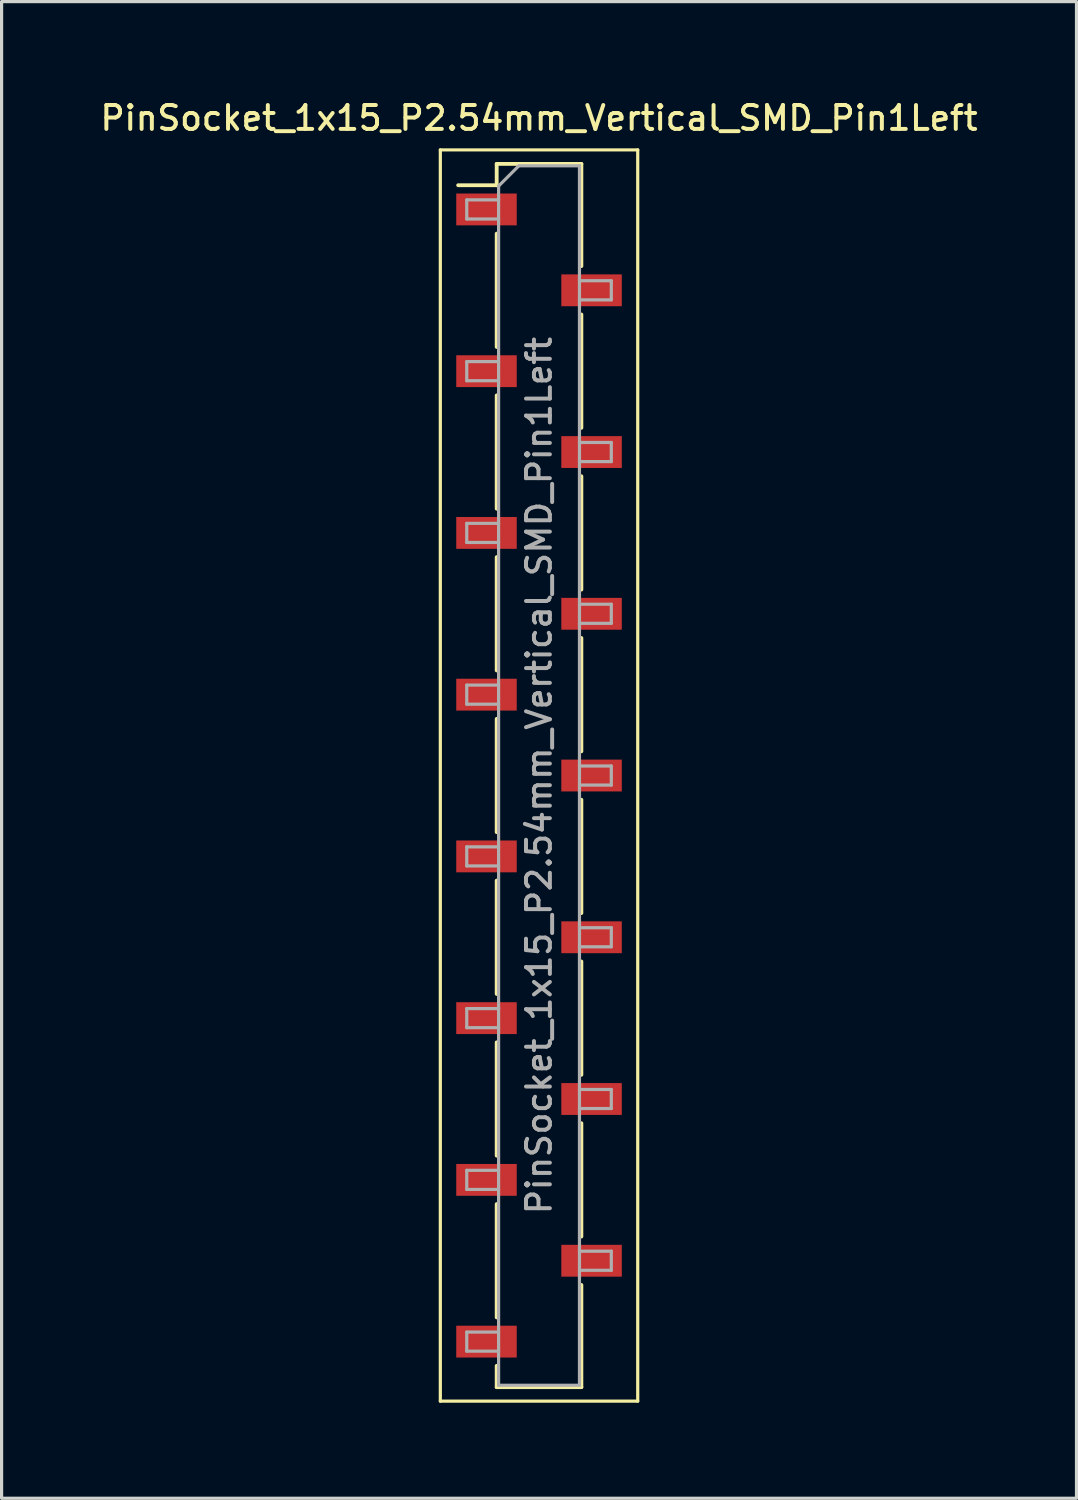
<source format=kicad_pcb>
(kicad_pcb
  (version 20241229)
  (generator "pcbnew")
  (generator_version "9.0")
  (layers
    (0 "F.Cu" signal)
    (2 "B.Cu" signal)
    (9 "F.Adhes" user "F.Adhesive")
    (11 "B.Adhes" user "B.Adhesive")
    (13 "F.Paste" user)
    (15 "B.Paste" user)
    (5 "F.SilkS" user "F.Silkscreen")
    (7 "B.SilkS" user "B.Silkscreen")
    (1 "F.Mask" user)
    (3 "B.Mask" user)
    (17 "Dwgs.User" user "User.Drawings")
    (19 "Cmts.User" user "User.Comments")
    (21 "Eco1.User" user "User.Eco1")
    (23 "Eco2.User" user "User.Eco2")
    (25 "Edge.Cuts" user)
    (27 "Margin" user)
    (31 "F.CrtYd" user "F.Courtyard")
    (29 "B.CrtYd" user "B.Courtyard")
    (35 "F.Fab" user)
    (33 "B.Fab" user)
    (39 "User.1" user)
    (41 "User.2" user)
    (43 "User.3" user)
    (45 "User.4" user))
  (footprint "PinSocket_1x15_P2.54mm_Vertical_SMD_Pin1Left"
    (layer "F.Cu")
    (at 13.88 21.308)
    (property "Reference" "PinSocket_1x15_P2.54mm_Vertical_SMD_Pin1Left" (at 0 -20.65 0) (layer "F.SilkS") (effects (font (size 0.75 0.75) (thickness 0.125))))
    (attr smd)
    (fp_line (start -3.1 -19.65) (end 3.1 -19.65) (stroke (width 0.1) (type solid)) (layer "F.SilkS"))
    (fp_line (start -3.1 19.65) (end -3.1 -19.65) (stroke (width 0.1) (type solid)) (layer "F.SilkS"))
    (fp_line (start -2.54 -18.54) (end -1.33 -18.54) (stroke (width 0.12) (type solid)) (layer "F.SilkS"))
    (fp_line (start -1.33 -19.21) (end -1.33 -18.54) (stroke (width 0.12) (type solid)) (layer "F.SilkS"))
    (fp_line (start -1.33 -19.21) (end 1.33 -19.21) (stroke (width 0.12) (type solid)) (layer "F.SilkS"))
    (fp_line (start -1.33 -17.02) (end -1.33 -13.46) (stroke (width 0.12) (type solid)) (layer "F.SilkS"))
    (fp_line (start -1.33 -11.94) (end -1.33 -8.38) (stroke (width 0.12) (type solid)) (layer "F.SilkS"))
    (fp_line (start -1.33 -6.86) (end -1.33 -3.3) (stroke (width 0.12) (type solid)) (layer "F.SilkS"))
    (fp_line (start -1.33 -1.78) (end -1.33 1.78) (stroke (width 0.12) (type solid)) (layer "F.SilkS"))
    (fp_line (start -1.33 3.3) (end -1.33 6.86) (stroke (width 0.12) (type solid)) (layer "F.SilkS"))
    (fp_line (start -1.33 8.38) (end -1.33 11.94) (stroke (width 0.12) (type solid)) (layer "F.SilkS"))
    (fp_line (start -1.33 13.46) (end -1.33 17.02) (stroke (width 0.12) (type solid)) (layer "F.SilkS"))
    (fp_line (start -1.33 18.54) (end -1.33 19.21) (stroke (width 0.12) (type solid)) (layer "F.SilkS"))
    (fp_line (start -1.33 19.21) (end 1.33 19.21) (stroke (width 0.12) (type solid)) (layer "F.SilkS"))
    (fp_line (start 1.33 -19.21) (end 1.33 -16) (stroke (width 0.12) (type solid)) (layer "F.SilkS"))
    (fp_line (start 1.33 -14.48) (end 1.33 -10.92) (stroke (width 0.12) (type solid)) (layer "F.SilkS"))
    (fp_line (start 1.33 -9.4) (end 1.33 -5.84) (stroke (width 0.12) (type solid)) (layer "F.SilkS"))
    (fp_line (start 1.33 -4.32) (end 1.33 -0.76) (stroke (width 0.12) (type solid)) (layer "F.SilkS"))
    (fp_line (start 1.33 0.76) (end 1.33 4.32) (stroke (width 0.12) (type solid)) (layer "F.SilkS"))
    (fp_line (start 1.33 5.84) (end 1.33 9.4) (stroke (width 0.12) (type solid)) (layer "F.SilkS"))
    (fp_line (start 1.33 10.92) (end 1.33 14.48) (stroke (width 0.12) (type solid)) (layer "F.SilkS"))
    (fp_line (start 1.33 16) (end 1.33 19.21) (stroke (width 0.12) (type solid)) (layer "F.SilkS"))
    (fp_line (start 3.1 -19.65) (end 3.1 19.65) (stroke (width 0.1) (type solid)) (layer "F.SilkS"))
    (fp_line (start 3.1 19.65) (end -3.1 19.65) (stroke (width 0.1) (type solid)) (layer "F.SilkS"))
    (fp_line (start -2.27 -18.08) (end -1.27 -18.08) (stroke (width 0.1) (type solid)) (layer "F.Fab"))
    (fp_line (start -2.27 -17.48) (end -2.27 -18.08) (stroke (width 0.1) (type solid)) (layer "F.Fab"))
    (fp_line (start -2.27 -13) (end -1.27 -13) (stroke (width 0.1) (type solid)) (layer "F.Fab"))
    (fp_line (start -2.27 -12.4) (end -2.27 -13) (stroke (width 0.1) (type solid)) (layer "F.Fab"))
    (fp_line (start -2.27 -7.92) (end -1.27 -7.92) (stroke (width 0.1) (type solid)) (layer "F.Fab"))
    (fp_line (start -2.27 -7.32) (end -2.27 -7.92) (stroke (width 0.1) (type solid)) (layer "F.Fab"))
    (fp_line (start -2.27 -2.84) (end -1.27 -2.84) (stroke (width 0.1) (type solid)) (layer "F.Fab"))
    (fp_line (start -2.27 -2.24) (end -2.27 -2.84) (stroke (width 0.1) (type solid)) (layer "F.Fab"))
    (fp_line (start -2.27 2.24) (end -1.27 2.24) (stroke (width 0.1) (type solid)) (layer "F.Fab"))
    (fp_line (start -2.27 2.84) (end -2.27 2.24) (stroke (width 0.1) (type solid)) (layer "F.Fab"))
    (fp_line (start -2.27 7.32) (end -1.27 7.32) (stroke (width 0.1) (type solid)) (layer "F.Fab"))
    (fp_line (start -2.27 7.92) (end -2.27 7.32) (stroke (width 0.1) (type solid)) (layer "F.Fab"))
    (fp_line (start -2.27 12.4) (end -1.27 12.4) (stroke (width 0.1) (type solid)) (layer "F.Fab"))
    (fp_line (start -2.27 13) (end -2.27 12.4) (stroke (width 0.1) (type solid)) (layer "F.Fab"))
    (fp_line (start -2.27 17.48) (end -1.27 17.48) (stroke (width 0.1) (type solid)) (layer "F.Fab"))
    (fp_line (start -2.27 18.08) (end -2.27 17.48) (stroke (width 0.1) (type solid)) (layer "F.Fab"))
    (fp_line (start -1.27 -18.515) (end -0.635 -19.15) (stroke (width 0.1) (type solid)) (layer "F.Fab"))
    (fp_line (start -1.27 -17.48) (end -2.27 -17.48) (stroke (width 0.1) (type solid)) (layer "F.Fab"))
    (fp_line (start -1.27 -12.4) (end -2.27 -12.4) (stroke (width 0.1) (type solid)) (layer "F.Fab"))
    (fp_line (start -1.27 -7.32) (end -2.27 -7.32) (stroke (width 0.1) (type solid)) (layer "F.Fab"))
    (fp_line (start -1.27 -2.24) (end -2.27 -2.24) (stroke (width 0.1) (type solid)) (layer "F.Fab"))
    (fp_line (start -1.27 2.84) (end -2.27 2.84) (stroke (width 0.1) (type solid)) (layer "F.Fab"))
    (fp_line (start -1.27 7.92) (end -2.27 7.92) (stroke (width 0.1) (type solid)) (layer "F.Fab"))
    (fp_line (start -1.27 13) (end -2.27 13) (stroke (width 0.1) (type solid)) (layer "F.Fab"))
    (fp_line (start -1.27 18.08) (end -2.27 18.08) (stroke (width 0.1) (type solid)) (layer "F.Fab"))
    (fp_line (start -1.27 19.15) (end -1.27 -18.515) (stroke (width 0.1) (type solid)) (layer "F.Fab"))
    (fp_line (start -0.635 -19.15) (end 1.27 -19.15) (stroke (width 0.1) (type solid)) (layer "F.Fab"))
    (fp_line (start 1.27 -19.15) (end 1.27 19.15) (stroke (width 0.1) (type solid)) (layer "F.Fab"))
    (fp_line (start 1.27 -15.54) (end 2.27 -15.54) (stroke (width 0.1) (type solid)) (layer "F.Fab"))
    (fp_line (start 1.27 -10.46) (end 2.27 -10.46) (stroke (width 0.1) (type solid)) (layer "F.Fab"))
    (fp_line (start 1.27 -5.38) (end 2.27 -5.38) (stroke (width 0.1) (type solid)) (layer "F.Fab"))
    (fp_line (start 1.27 -0.3) (end 2.27 -0.3) (stroke (width 0.1) (type solid)) (layer "F.Fab"))
    (fp_line (start 1.27 4.78) (end 2.27 4.78) (stroke (width 0.1) (type solid)) (layer "F.Fab"))
    (fp_line (start 1.27 9.86) (end 2.27 9.86) (stroke (width 0.1) (type solid)) (layer "F.Fab"))
    (fp_line (start 1.27 14.94) (end 2.27 14.94) (stroke (width 0.1) (type solid)) (layer "F.Fab"))
    (fp_line (start 1.27 19.15) (end -1.27 19.15) (stroke (width 0.1) (type solid)) (layer "F.Fab"))
    (fp_line (start 2.27 -15.54) (end 2.27 -14.94) (stroke (width 0.1) (type solid)) (layer "F.Fab"))
    (fp_line (start 2.27 -14.94) (end 1.27 -14.94) (stroke (width 0.1) (type solid)) (layer "F.Fab"))
    (fp_line (start 2.27 -10.46) (end 2.27 -9.86) (stroke (width 0.1) (type solid)) (layer "F.Fab"))
    (fp_line (start 2.27 -9.86) (end 1.27 -9.86) (stroke (width 0.1) (type solid)) (layer "F.Fab"))
    (fp_line (start 2.27 -5.38) (end 2.27 -4.78) (stroke (width 0.1) (type solid)) (layer "F.Fab"))
    (fp_line (start 2.27 -4.78) (end 1.27 -4.78) (stroke (width 0.1) (type solid)) (layer "F.Fab"))
    (fp_line (start 2.27 -0.3) (end 2.27 0.3) (stroke (width 0.1) (type solid)) (layer "F.Fab"))
    (fp_line (start 2.27 0.3) (end 1.27 0.3) (stroke (width 0.1) (type solid)) (layer "F.Fab"))
    (fp_line (start 2.27 4.78) (end 2.27 5.38) (stroke (width 0.1) (type solid)) (layer "F.Fab"))
    (fp_line (start 2.27 5.38) (end 1.27 5.38) (stroke (width 0.1) (type solid)) (layer "F.Fab"))
    (fp_line (start 2.27 9.86) (end 2.27 10.46) (stroke (width 0.1) (type solid)) (layer "F.Fab"))
    (fp_line (start 2.27 10.46) (end 1.27 10.46) (stroke (width 0.1) (type solid)) (layer "F.Fab"))
    (fp_line (start 2.27 14.94) (end 2.27 15.54) (stroke (width 0.1) (type solid)) (layer "F.Fab"))
    (fp_line (start 2.27 15.54) (end 1.27 15.54) (stroke (width 0.1) (type solid)) (layer "F.Fab"))
    (fp_text user "${REFERENCE}" (at 0 0 90) (layer "F.Fab") (effects (font (size 0.75 0.75) (thickness 0.125))))
    (pad "1" smd rect (at -1.65 -17.78) (size 1.9 1) (layers "F.Cu" "F.Mask" "F.Paste"))
    (pad "2" smd rect (at 1.65 -15.24) (size 1.9 1) (layers "F.Cu" "F.Mask" "F.Paste"))
    (pad "3" smd rect (at -1.65 -12.7) (size 1.9 1) (layers "F.Cu" "F.Mask" "F.Paste"))
    (pad "4" smd rect (at 1.65 -10.16) (size 1.9 1) (layers "F.Cu" "F.Mask" "F.Paste"))
    (pad "5" smd rect (at -1.65 -7.62) (size 1.9 1) (layers "F.Cu" "F.Mask" "F.Paste"))
    (pad "6" smd rect (at 1.65 -5.08) (size 1.9 1) (layers "F.Cu" "F.Mask" "F.Paste"))
    (pad "7" smd rect (at -1.65 -2.54) (size 1.9 1) (layers "F.Cu" "F.Mask" "F.Paste"))
    (pad "8" smd rect (at 1.65 0) (size 1.9 1) (layers "F.Cu" "F.Mask" "F.Paste"))
    (pad "9" smd rect (at -1.65 2.54) (size 1.9 1) (layers "F.Cu" "F.Mask" "F.Paste"))
    (pad "10" smd rect (at 1.65 5.08) (size 1.9 1) (layers "F.Cu" "F.Mask" "F.Paste"))
    (pad "11" smd rect (at -1.65 7.62) (size 1.9 1) (layers "F.Cu" "F.Mask" "F.Paste"))
    (pad "12" smd rect (at 1.65 10.16) (size 1.9 1) (layers "F.Cu" "F.Mask" "F.Paste"))
    (pad "13" smd rect (at -1.65 12.7) (size 1.9 1) (layers "F.Cu" "F.Mask" "F.Paste"))
    (pad "14" smd rect (at 1.65 15.24) (size 1.9 1) (layers "F.Cu" "F.Mask" "F.Paste"))
    (pad "15" smd rect (at -1.65 17.78) (size 1.9 1) (layers "F.Cu" "F.Mask" "F.Paste")))
  (gr_rect
    (start -3 -3)
    (end 30.761 44.008)
    (stroke (width 0.1) (type default))
    (fill no)
    (layer "Edge.Cuts")))
</source>
